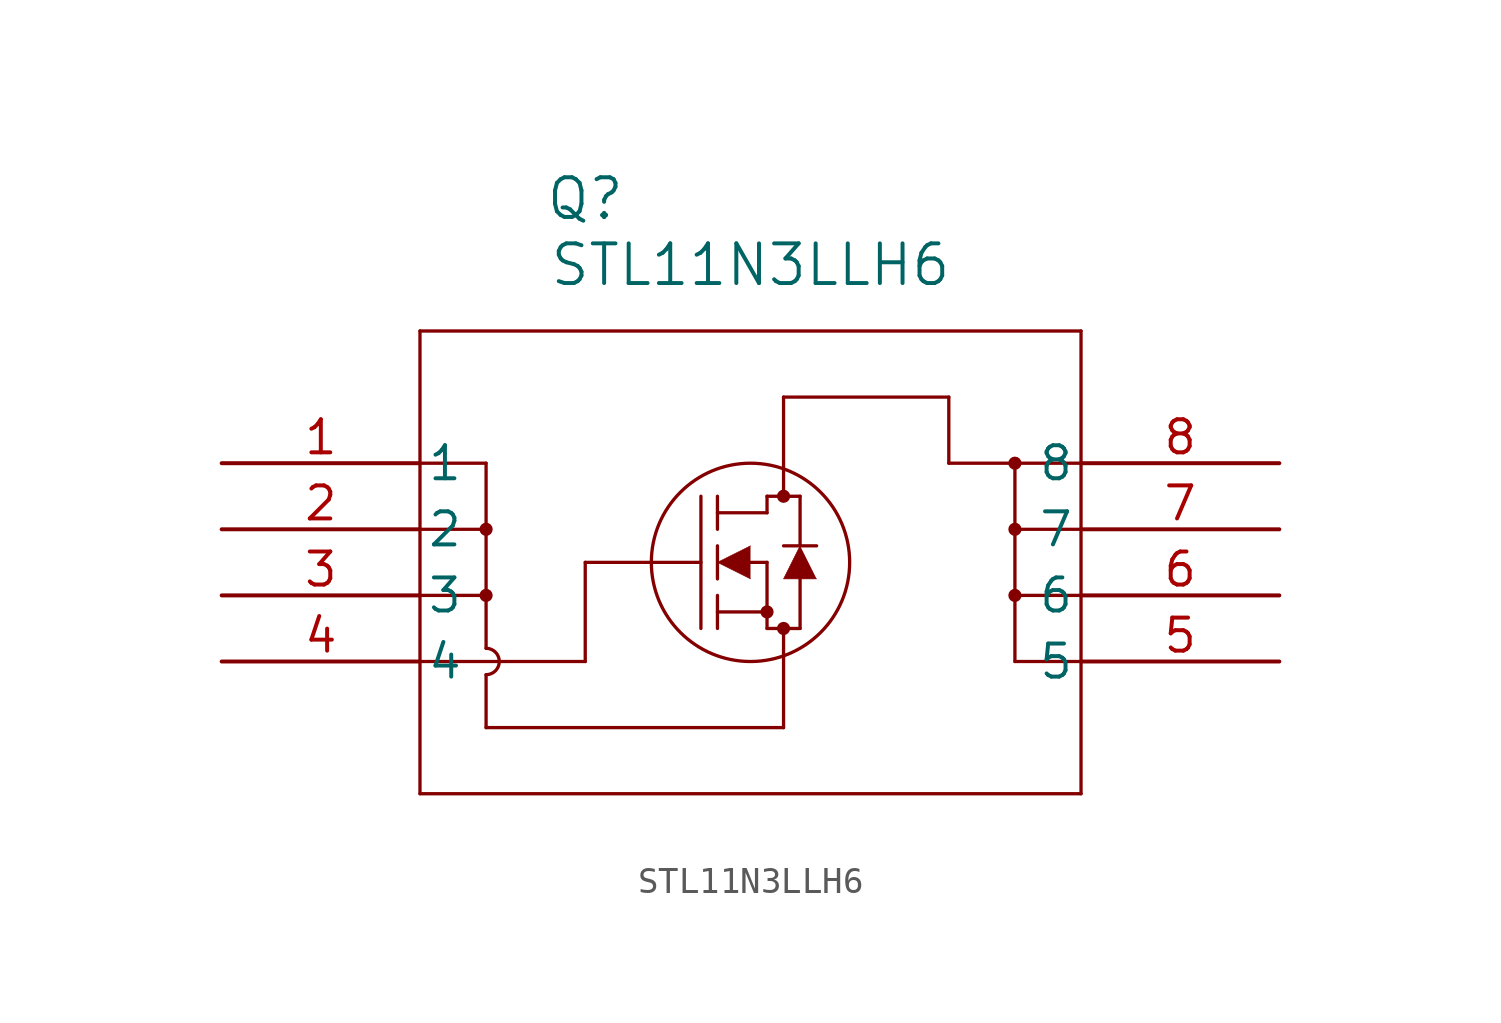
<source format=kicad_sym>
(kicad_symbol_lib
  (version 20220914)
  (generator kicad_symbol_editor)
  (symbol "STL11N3LLH6"
    (pin_names
      (offset 0.254))
    (property "Reference" "Q"
      (at 13.97 10.16 0)
      (effects (font (size 1.524 1.524))))
    (property "Value" "STL11N3LLH6"
      (at 20.32 7.62 0)
      (effects (font (size 1.524 1.524))))
    (property "ki_locked" ""
      (at 0 0 0)
      (effects (font (size 1.27 1.27))))
    (symbol "STL11N3LLH6_0_1"
      (polyline (pts (xy 7.62 -12.7) (xy 33.02 -12.7)) (stroke (width 0.127) (type default)) (fill (type none)))
      (polyline (pts (xy 7.62 -7.62) (xy 13.97 -7.62)) (stroke (width 0.127) (type default)) (fill (type none)))
      (polyline (pts (xy 7.62 -5.08) (xy 10.16 -5.08)) (stroke (width 0.127) (type default)) (fill (type none)))
      (polyline (pts (xy 7.62 -2.54) (xy 10.16 -2.54)) (stroke (width 0.127) (type default)) (fill (type none)))
      (polyline (pts (xy 7.62 0) (xy 10.16 0)) (stroke (width 0.127) (type default)) (fill (type none)))
      (polyline (pts (xy 7.62 5.08) (xy 7.62 -12.7)) (stroke (width 0.127) (type default)) (fill (type none)))
      (polyline (pts (xy 10.16 -10.16) (xy 21.59 -10.16)) (stroke (width 0.127) (type default)) (fill (type none)))
      (polyline (pts (xy 10.16 -8.128) (xy 10.16 -10.16)) (stroke (width 0.127) (type default)) (fill (type none)))
      (polyline (pts (xy 10.16 0) (xy 10.16 -7.112)) (stroke (width 0.127) (type default)) (fill (type none)))
      (polyline (pts (xy 13.97 -7.62) (xy 13.97 -3.81)) (stroke (width 0.127) (type default)) (fill (type none)))
      (polyline (pts (xy 13.97 -3.81) (xy 18.415 -3.81)) (stroke (width 0.127) (type default)) (fill (type none)))
      (polyline (pts (xy 18.415 -6.35) (xy 18.415 -1.27)) (stroke (width 0.127) (type default)) (fill (type none)))
      (polyline (pts (xy 19.05 -6.35) (xy 19.05 -5.08)) (stroke (width 0.127) (type default)) (fill (type none)))
      (polyline (pts (xy 19.05 -5.715) (xy 20.955 -5.715)) (stroke (width 0.127) (type default)) (fill (type none)))
      (polyline (pts (xy 19.05 -4.445) (xy 19.05 -3.175)) (stroke (width 0.127) (type default)) (fill (type none)))
      (polyline (pts (xy 19.05 -2.54) (xy 19.05 -1.27)) (stroke (width 0.127) (type default)) (fill (type none)))
      (polyline (pts (xy 19.05 -1.905) (xy 20.955 -1.905)) (stroke (width 0.127) (type default)) (fill (type none)))
      (polyline (pts (xy 20.32 -3.81) (xy 20.955 -3.81)) (stroke (width 0.127) (type default)) (fill (type none)))
      (polyline (pts (xy 20.955 -6.35) (xy 20.955 -3.81)) (stroke (width 0.127) (type default)) (fill (type none)))
      (polyline (pts (xy 20.955 -6.35) (xy 22.225 -6.35)) (stroke (width 0.127) (type default)) (fill (type none)))
      (polyline (pts (xy 20.955 -1.905) (xy 20.955 -1.27)) (stroke (width 0.127) (type default)) (fill (type none)))
      (polyline (pts (xy 20.955 -1.27) (xy 22.225 -1.27)) (stroke (width 0.127) (type default)) (fill (type none)))
      (polyline (pts (xy 21.59 -10.16) (xy 21.59 -6.35)) (stroke (width 0.127) (type default)) (fill (type none)))
      (polyline (pts (xy 21.59 2.54) (xy 21.59 -1.27)) (stroke (width 0.127) (type default)) (fill (type none)))
      (polyline (pts (xy 22.225 -6.35) (xy 22.225 -4.445)) (stroke (width 0.127) (type default)) (fill (type none)))
      (polyline (pts (xy 22.225 -3.175) (xy 22.225 -1.27)) (stroke (width 0.127) (type default)) (fill (type none)))
      (polyline (pts (xy 22.86 -3.175) (xy 21.59 -3.175)) (stroke (width 0.127) (type default)) (fill (type none)))
      (polyline (pts (xy 27.94 0) (xy 27.94 2.54)) (stroke (width 0.127) (type default)) (fill (type none)))
      (polyline (pts (xy 27.94 2.54) (xy 21.59 2.54)) (stroke (width 0.127) (type default)) (fill (type none)))
      (polyline (pts (xy 30.48 -7.62) (xy 30.48 0)) (stroke (width 0.127) (type default)) (fill (type none)))
      (polyline (pts (xy 33.02 -12.7) (xy 33.02 5.08)) (stroke (width 0.127) (type default)) (fill (type none)))
      (polyline (pts (xy 33.02 -7.62) (xy 30.48 -7.62)) (stroke (width 0.127) (type default)) (fill (type none)))
      (polyline (pts (xy 33.02 -5.08) (xy 30.48 -5.08)) (stroke (width 0.127) (type default)) (fill (type none)))
      (polyline (pts (xy 33.02 -2.54) (xy 30.48 -2.54)) (stroke (width 0.127) (type default)) (fill (type none)))
      (polyline (pts (xy 33.02 0) (xy 27.94 0)) (stroke (width 0.127) (type default)) (fill (type none)))
      (polyline (pts (xy 33.02 5.08) (xy 7.62 5.08)) (stroke (width 0.127) (type default)) (fill (type none)))
      (polyline (pts (xy 20.32 -3.175) (xy 19.05 -3.81) (xy 20.32 -4.445)) (stroke (width 0.025) (type default)) (fill (type outline)))
      (polyline (pts (xy 22.86 -4.445) (xy 21.59 -4.445) (xy 22.225 -3.175)) (stroke (width 0.025) (type default)) (fill (type outline)))
      (arc (start 10.16 -8.128) (mid 10.6658 -7.62) (end 10.16 -7.112) (stroke (width 0.127) (type default)) (fill (type none)))
      (circle (center 10.16 -5.08) (radius 0.127) (stroke (width 0.254) (type default)) (fill (type none)))
      (circle (center 10.16 -2.54) (radius 0.127) (stroke (width 0.254) (type default)) (fill (type none)))
      (circle (center 20.32 -3.81) (radius 3.81) (stroke (width 0.127) (type default)) (fill (type none)))
      (circle (center 20.955 -5.715) (radius 0.127) (stroke (width 0.254) (type default)) (fill (type none)))
      (circle (center 21.59 -6.35) (radius 0.127) (stroke (width 0.254) (type default)) (fill (type none)))
      (circle (center 21.59 -1.27) (radius 0.127) (stroke (width 0.254) (type default)) (fill (type none)))
      (circle (center 30.48 -5.08) (radius 0.127) (stroke (width 0.254) (type default)) (fill (type none)))
      (circle (center 30.48 -2.54) (radius 0.127) (stroke (width 0.254) (type default)) (fill (type none)))
      (circle (center 30.48 0) (radius 0.127) (stroke (width 0.254) (type default)) (fill (type none)))
      (pin unspecified line (at 0 0 0) (length 7.62) (name "1" (effects (font (size 1.27 1.27)))) (number "1" (effects (font (size 1.27 1.27)))))
      (pin unspecified line (at 0 -2.54 0) (length 7.62) (name "2" (effects (font (size 1.27 1.27)))) (number "2" (effects (font (size 1.27 1.27)))))
      (pin unspecified line (at 0 -5.08 0) (length 7.62) (name "3" (effects (font (size 1.27 1.27)))) (number "3" (effects (font (size 1.27 1.27)))))
      (pin unspecified line (at 0 -7.62 0) (length 7.62) (name "4" (effects (font (size 1.27 1.27)))) (number "4" (effects (font (size 1.27 1.27)))))
      (pin unspecified line (at 40.64 -7.62 180) (length 7.62) (name "5" (effects (font (size 1.27 1.27)))) (number "5" (effects (font (size 1.27 1.27)))))
      (pin unspecified line (at 40.64 -5.08 180) (length 7.62) (name "6" (effects (font (size 1.27 1.27)))) (number "6" (effects (font (size 1.27 1.27)))))
      (pin unspecified line (at 40.64 -2.54 180) (length 7.62) (name "7" (effects (font (size 1.27 1.27)))) (number "7" (effects (font (size 1.27 1.27)))))
      (pin unspecified line (at 40.64 0 180) (length 7.62) (name "8" (effects (font (size 1.27 1.27)))) (number "8" (effects (font (size 1.27 1.27))))))))
</source>
